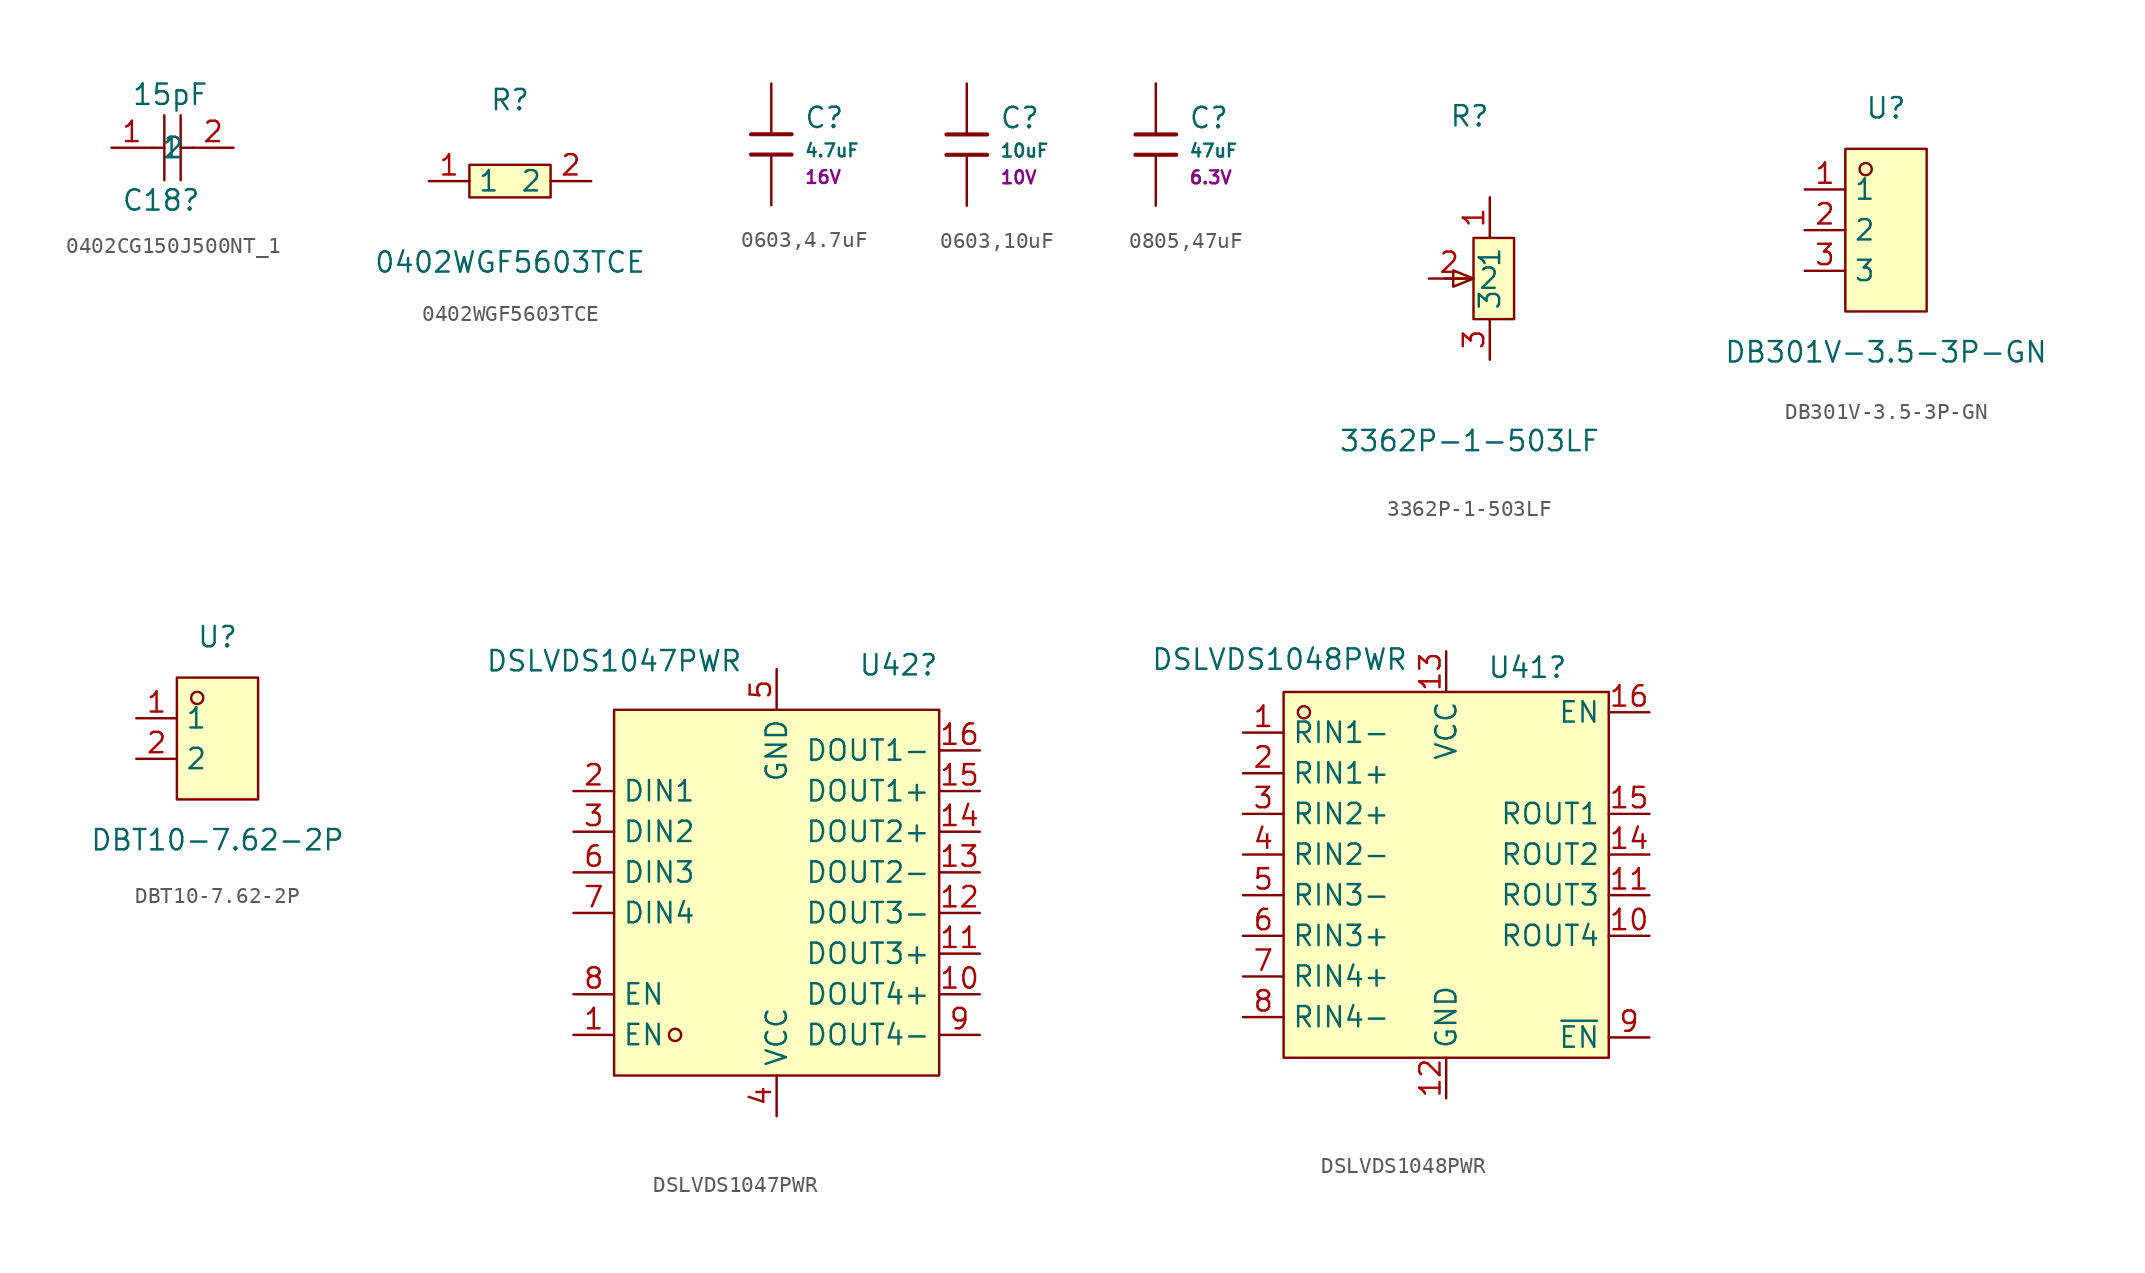
<source format=kicad_sym>
(kicad_symbol_lib
  (version 20241209)
  (generator "kicad_symbol_editor")
  (generator_version "9.0")
  (symbol "0402CG150J500NT_1"
    (property "Reference" "C18"
      (at 1.778 -2.54 0)
      (effects (font (size 1.27 1.27)) (justify right top)))
    (property "Value" "15pF"
      (at 2.286 4.064 0)
      (effects (font (size 1.27 1.27)) (justify right top)))
    (symbol "0402CG150J500NT_1_0_1"
      (polyline (pts (xy -1.27 0) (xy -0.51 0)) (stroke (width 0) (type default)) (fill (type none)))
      (polyline (pts (xy -0.51 2.03) (xy -0.51 -2.03)) (stroke (width 0) (type default)) (fill (type none)))
      (polyline (pts (xy 0.51 2.03) (xy 0.51 -2.03)) (stroke (width 0) (type default)) (fill (type none)))
      (polyline (pts (xy 0.51 0) (xy 1.27 0)) (stroke (width 0) (type default)) (fill (type none))))
    (symbol "0402CG150J500NT_1_1_1"
      (pin passive line (at -3.81 0 0) (length 2.54) (name "1" (effects (font (size 1.27 1.27)))) (number "1" (effects (font (size 1.27 1.27)))))
      (pin passive line (at 3.81 0 180) (length 2.54) (name "2" (effects (font (size 1.27 1.27)))) (number "2" (effects (font (size 1.27 1.27)))))))
  (symbol "0402WGF5603TCE"
    (property "Reference" "R"
      (at 0 5.08 0)
      (effects (font (size 1.27 1.27))))
    (property "Value" "0402WGF5603TCE"
      (at 0 -5.08 0)
      (effects (font (size 1.27 1.27))))
    (symbol "0402WGF5603TCE_0_1"
      (rectangle (start -2.54 1.02) (end 2.54 -1.02) (stroke (width 0) (type default)) (fill (type background)))
      (pin input line (at -5.08 0 0) (length 2.54) (name "1" (effects (font (size 1.27 1.27)))) (number "1" (effects (font (size 1.27 1.27)))))
      (pin input line (at 5.08 0 180) (length 2.54) (name "2" (effects (font (size 1.27 1.27)))) (number "2" (effects (font (size 1.27 1.27)))))))
  (symbol "0603,4.7uF"
    (pin_numbers
      (hide yes))
    (pin_names
      (offset 0))
    (property "Reference" "C"
      (at 2.032 1.668 0)
      (effects (font (size 1.27 1.27)) (justify left)))
    (property "Value" "4.7uF"
      (at 2.032 -0.378 0)
      (effects (font (size 0.8 0.8)) (justify left)))
    (property "Voltage Rated" "16V"
      (at 2.032 -2.046 0)
      (effects (font (size 0.8 0.8)) (justify left)))
    (symbol "0603,4.7uF_0_1"
      (polyline (pts (xy -1.27 0.635) (xy 1.27 0.635)) (stroke (width 0.254) (type default)) (fill (type none)))
      (polyline (pts (xy -1.27 -0.635) (xy 1.27 -0.635)) (stroke (width 0.254) (type default)) (fill (type none))))
    (symbol "0603,4.7uF_1_1"
      (pin passive line (at 0 3.81 270) (length 3.175) (name "~" (effects (font (size 1.27 1.27)))) (number "1" (effects (font (size 1.27 1.27)))))
      (pin passive line (at 0 -3.81 90) (length 3.175) (name "~" (effects (font (size 1.27 1.27)))) (number "2" (effects (font (size 1.27 1.27)))))))
  (symbol "0603,10uF"
    (pin_numbers
      (hide yes))
    (pin_names
      (offset 0))
    (property "Reference" "C"
      (at 2.032 1.668 0)
      (effects (font (size 1.27 1.27)) (justify left)))
    (property "Value" "10uF"
      (at 2.032 -0.378 0)
      (effects (font (size 0.8 0.8)) (justify left)))
    (property "Voltage Rated" "10V"
      (at 2.032 -2.046 0)
      (effects (font (size 0.8 0.8)) (justify left)))
    (symbol "0603,10uF_0_1"
      (polyline (pts (xy -1.27 0.635) (xy 1.27 0.635)) (stroke (width 0.254) (type default)) (fill (type none)))
      (polyline (pts (xy -1.27 -0.635) (xy 1.27 -0.635)) (stroke (width 0.254) (type default)) (fill (type none))))
    (symbol "0603,10uF_1_1"
      (pin passive line (at 0 3.81 270) (length 3.175) (name "~" (effects (font (size 1.27 1.27)))) (number "1" (effects (font (size 1.27 1.27)))))
      (pin passive line (at 0 -3.81 90) (length 3.175) (name "~" (effects (font (size 1.27 1.27)))) (number "2" (effects (font (size 1.27 1.27)))))))
  (symbol "0805,47uF"
    (pin_numbers
      (hide yes))
    (pin_names
      (offset 0))
    (property "Reference" "C"
      (at 2.032 1.668 0)
      (effects (font (size 1.27 1.27)) (justify left)))
    (property "Value" "47uF"
      (at 2.032 -0.378 0)
      (effects (font (size 0.8 0.8)) (justify left)))
    (property "Voltage Rated" "6.3V"
      (at 2.032 -2.046 0)
      (effects (font (size 0.8 0.8)) (justify left)))
    (symbol "0805,47uF_0_1"
      (polyline (pts (xy -1.27 0.635) (xy 1.27 0.635)) (stroke (width 0.254) (type default)) (fill (type none)))
      (polyline (pts (xy -1.27 -0.635) (xy 1.27 -0.635)) (stroke (width 0.254) (type default)) (fill (type none))))
    (symbol "0805,47uF_1_1"
      (pin passive line (at 0 3.81 270) (length 3.175) (name "~" (effects (font (size 1.27 1.27)))) (number "1" (effects (font (size 1.27 1.27)))))
      (pin passive line (at 0 -3.81 90) (length 3.175) (name "~" (effects (font (size 1.27 1.27)))) (number "2" (effects (font (size 1.27 1.27)))))))
  (symbol "3362P-1-503LF"
    (property "Reference" "R"
      (at 0 10.16 0)
      (effects (font (size 1.27 1.27))))
    (property "Value" "3362P-1-503LF"
      (at 0 -10.16 0)
      (effects (font (size 1.27 1.27))))
    (symbol "3362P-1-503LF_0_1"
      (polyline (pts (xy -0.25 0) (xy -1.52 0)) (stroke (width 0) (type default)) (fill (type none)))
      (polyline (pts (xy 0.25 0) (xy -1.02 -0.51) (xy -1.02 0.51) (xy 0.25 0)) (stroke (width 0) (type default)) (fill (type background)))
      (polyline (pts (xy 0.25 -2.54) (xy 0.25 2.54) (xy 2.79 2.54) (xy 2.79 -2.54) (xy 0.25 -2.54)) (stroke (width 0) (type default)) (fill (type background)))
      (pin input line (at -2.54 0 0) (length 2.54) (name "2" (effects (font (size 1.27 1.27)))) (number "2" (effects (font (size 1.27 1.27)))))
      (pin input line (at 1.27 5.08 270) (length 2.54) (name "1" (effects (font (size 1.27 1.27)))) (number "1" (effects (font (size 1.27 1.27)))))
      (pin input line (at 1.27 -5.08 90) (length 2.54) (name "3" (effects (font (size 1.27 1.27)))) (number "3" (effects (font (size 1.27 1.27)))))))
  (symbol "DB301V-3.5-3P-GN"
    (property "Reference" "U"
      (at 0 7.62 0)
      (effects (font (size 1.27 1.27))))
    (property "Value" "DB301V-3.5-3P-GN"
      (at 0 -7.62 0)
      (effects (font (size 1.27 1.27))))
    (symbol "DB301V-3.5-3P-GN_0_1"
      (rectangle (start -2.54 5.08) (end 2.54 -5.08) (stroke (width 0) (type default)) (fill (type background)))
      (circle (center -1.27 3.81) (radius 0.38) (stroke (width 0) (type default)) (fill (type none)))
      (pin unspecified line (at -5.08 2.54 0) (length 2.54) (name "1" (effects (font (size 1.27 1.27)))) (number "1" (effects (font (size 1.27 1.27)))))
      (pin unspecified line (at -5.08 0 0) (length 2.54) (name "2" (effects (font (size 1.27 1.27)))) (number "2" (effects (font (size 1.27 1.27)))))
      (pin unspecified line (at -5.08 -2.54 0) (length 2.54) (name "3" (effects (font (size 1.27 1.27)))) (number "3" (effects (font (size 1.27 1.27)))))))
  (symbol "DBT10-7.62-2P"
    (property "Reference" "U"
      (at 0 6.35 0)
      (effects (font (size 1.27 1.27))))
    (property "Value" "DBT10-7.62-2P"
      (at 0 -6.35 0)
      (effects (font (size 1.27 1.27))))
    (symbol "DBT10-7.62-2P_0_1"
      (rectangle (start -2.54 3.81) (end 2.54 -3.81) (stroke (width 0) (type default)) (fill (type background)))
      (circle (center -1.27 2.54) (radius 0.38) (stroke (width 0) (type default)) (fill (type none)))
      (pin unspecified line (at -5.08 1.27 0) (length 2.54) (name "1" (effects (font (size 1.27 1.27)))) (number "1" (effects (font (size 1.27 1.27)))))
      (pin unspecified line (at -5.08 -1.27 0) (length 2.54) (name "2" (effects (font (size 1.27 1.27)))) (number "2" (effects (font (size 1.27 1.27)))))))
  (symbol "DSLVDS1047PWR"
    (property "Reference" "U42"
      (at 7.62 12.954 0)
      (effects (font (size 1.27 1.27))))
    (property "Value" "DSLVDS1047PWR"
      (at -10.16 13.208 0)
      (effects (font (size 1.27 1.27))))
    (symbol "DSLVDS1047PWR_0_1"
      (rectangle (start -10.16 10.16) (end 10.16 -12.7) (stroke (width 0) (type default)) (fill (type background)))
      (circle (center -6.35 -10.16) (radius 0.38) (stroke (width 0) (type default)) (fill (type none)))
      (pin unspecified line (at -12.7 5.08 0) (length 2.54) (name "DIN1" (effects (font (size 1.27 1.27)))) (number "2" (effects (font (size 1.27 1.27)))))
      (pin unspecified line (at -12.7 2.54 0) (length 2.54) (name "DIN2" (effects (font (size 1.27 1.27)))) (number "3" (effects (font (size 1.27 1.27)))))
      (pin unspecified line (at -12.7 0 0) (length 2.54) (name "DIN3" (effects (font (size 1.27 1.27)))) (number "6" (effects (font (size 1.27 1.27)))))
      (pin unspecified line (at -12.7 -2.54 0) (length 2.54) (name "DIN4" (effects (font (size 1.27 1.27)))) (number "7" (effects (font (size 1.27 1.27)))))
      (pin unspecified line (at -12.7 -7.62 0) (length 2.54) (name "EN" (effects (font (size 1.27 1.27)))) (number "8" (effects (font (size 1.27 1.27)))))
      (pin unspecified line (at -12.7 -10.16 0) (length 2.54) (name "EN" (effects (font (size 1.27 1.27)))) (number "1" (effects (font (size 1.27 1.27)))))
      (pin unspecified line (at 0 12.7 270) (length 2.54) (name "GND" (effects (font (size 1.27 1.27)))) (number "5" (effects (font (size 1.27 1.27)))))
      (pin unspecified line (at 0 -15.24 90) (length 2.54) (name "VCC" (effects (font (size 1.27 1.27)))) (number "4" (effects (font (size 1.27 1.27)))))
      (pin unspecified line (at 12.7 7.62 180) (length 2.54) (name "DOUT1-" (effects (font (size 1.27 1.27)))) (number "16" (effects (font (size 1.27 1.27)))))
      (pin unspecified line (at 12.7 5.08 180) (length 2.54) (name "DOUT1+" (effects (font (size 1.27 1.27)))) (number "15" (effects (font (size 1.27 1.27)))))
      (pin unspecified line (at 12.7 2.54 180) (length 2.54) (name "DOUT2+" (effects (font (size 1.27 1.27)))) (number "14" (effects (font (size 1.27 1.27)))))
      (pin unspecified line (at 12.7 0 180) (length 2.54) (name "DOUT2-" (effects (font (size 1.27 1.27)))) (number "13" (effects (font (size 1.27 1.27)))))
      (pin unspecified line (at 12.7 -2.54 180) (length 2.54) (name "DOUT3-" (effects (font (size 1.27 1.27)))) (number "12" (effects (font (size 1.27 1.27)))))
      (pin unspecified line (at 12.7 -5.08 180) (length 2.54) (name "DOUT3+" (effects (font (size 1.27 1.27)))) (number "11" (effects (font (size 1.27 1.27)))))
      (pin unspecified line (at 12.7 -7.62 180) (length 2.54) (name "DOUT4+" (effects (font (size 1.27 1.27)))) (number "10" (effects (font (size 1.27 1.27)))))
      (pin unspecified line (at 12.7 -10.16 180) (length 2.54) (name "DOUT4-" (effects (font (size 1.27 1.27)))) (number "9" (effects (font (size 1.27 1.27)))))))
  (symbol "DSLVDS1048PWR"
    (property "Reference" "U41"
      (at 5.08 12.954 0)
      (effects (font (size 1.27 1.27))))
    (property "Value" "DSLVDS1048PWR"
      (at -10.414 13.462 0)
      (effects (font (size 1.27 1.27))))
    (symbol "DSLVDS1048PWR_0_1"
      (rectangle (start -10.16 11.43) (end 10.16 -11.43) (stroke (width 0) (type default)) (fill (type background)))
      (circle (center -8.89 10.16) (radius 0.38) (stroke (width 0) (type default)) (fill (type none)))
      (pin unspecified line (at -12.7 8.89 0) (length 2.54) (name "RIN1-" (effects (font (size 1.27 1.27)))) (number "1" (effects (font (size 1.27 1.27)))))
      (pin unspecified line (at -12.7 6.35 0) (length 2.54) (name "RIN1+" (effects (font (size 1.27 1.27)))) (number "2" (effects (font (size 1.27 1.27)))))
      (pin unspecified line (at -12.7 3.81 0) (length 2.54) (name "RIN2+" (effects (font (size 1.27 1.27)))) (number "3" (effects (font (size 1.27 1.27)))))
      (pin unspecified line (at -12.7 1.27 0) (length 2.54) (name "RIN2-" (effects (font (size 1.27 1.27)))) (number "4" (effects (font (size 1.27 1.27)))))
      (pin unspecified line (at -12.7 -1.27 0) (length 2.54) (name "RIN3-" (effects (font (size 1.27 1.27)))) (number "5" (effects (font (size 1.27 1.27)))))
      (pin unspecified line (at -12.7 -3.81 0) (length 2.54) (name "RIN3+" (effects (font (size 1.27 1.27)))) (number "6" (effects (font (size 1.27 1.27)))))
      (pin unspecified line (at -12.7 -6.35 0) (length 2.54) (name "RIN4+" (effects (font (size 1.27 1.27)))) (number "7" (effects (font (size 1.27 1.27)))))
      (pin unspecified line (at -12.7 -8.89 0) (length 2.54) (name "RIN4-" (effects (font (size 1.27 1.27)))) (number "8" (effects (font (size 1.27 1.27)))))
      (pin unspecified line (at 0 13.97 270) (length 2.54) (name "VCC" (effects (font (size 1.27 1.27)))) (number "13" (effects (font (size 1.27 1.27)))))
      (pin unspecified line (at 0 -13.97 90) (length 2.54) (name "GND" (effects (font (size 1.27 1.27)))) (number "12" (effects (font (size 1.27 1.27)))))
      (pin unspecified line (at 12.7 10.16 180) (length 2.54) (name "EN" (effects (font (size 1.27 1.27)))) (number "16" (effects (font (size 1.27 1.27)))))
      (pin unspecified line (at 12.7 3.81 180) (length 2.54) (name "ROUT1" (effects (font (size 1.27 1.27)))) (number "15" (effects (font (size 1.27 1.27)))))
      (pin unspecified line (at 12.7 1.27 180) (length 2.54) (name "ROUT2" (effects (font (size 1.27 1.27)))) (number "14" (effects (font (size 1.27 1.27)))))
      (pin unspecified line (at 12.7 -1.27 180) (length 2.54) (name "ROUT3" (effects (font (size 1.27 1.27)))) (number "11" (effects (font (size 1.27 1.27)))))
      (pin unspecified line (at 12.7 -3.81 180) (length 2.54) (name "ROUT4" (effects (font (size 1.27 1.27)))) (number "10" (effects (font (size 1.27 1.27)))))
      (pin unspecified line (at 12.7 -10.16 180) (length 2.54) (name "~{EN}" (effects (font (size 1.27 1.27)))) (number "9" (effects (font (size 1.27 1.27))))))))
</source>
